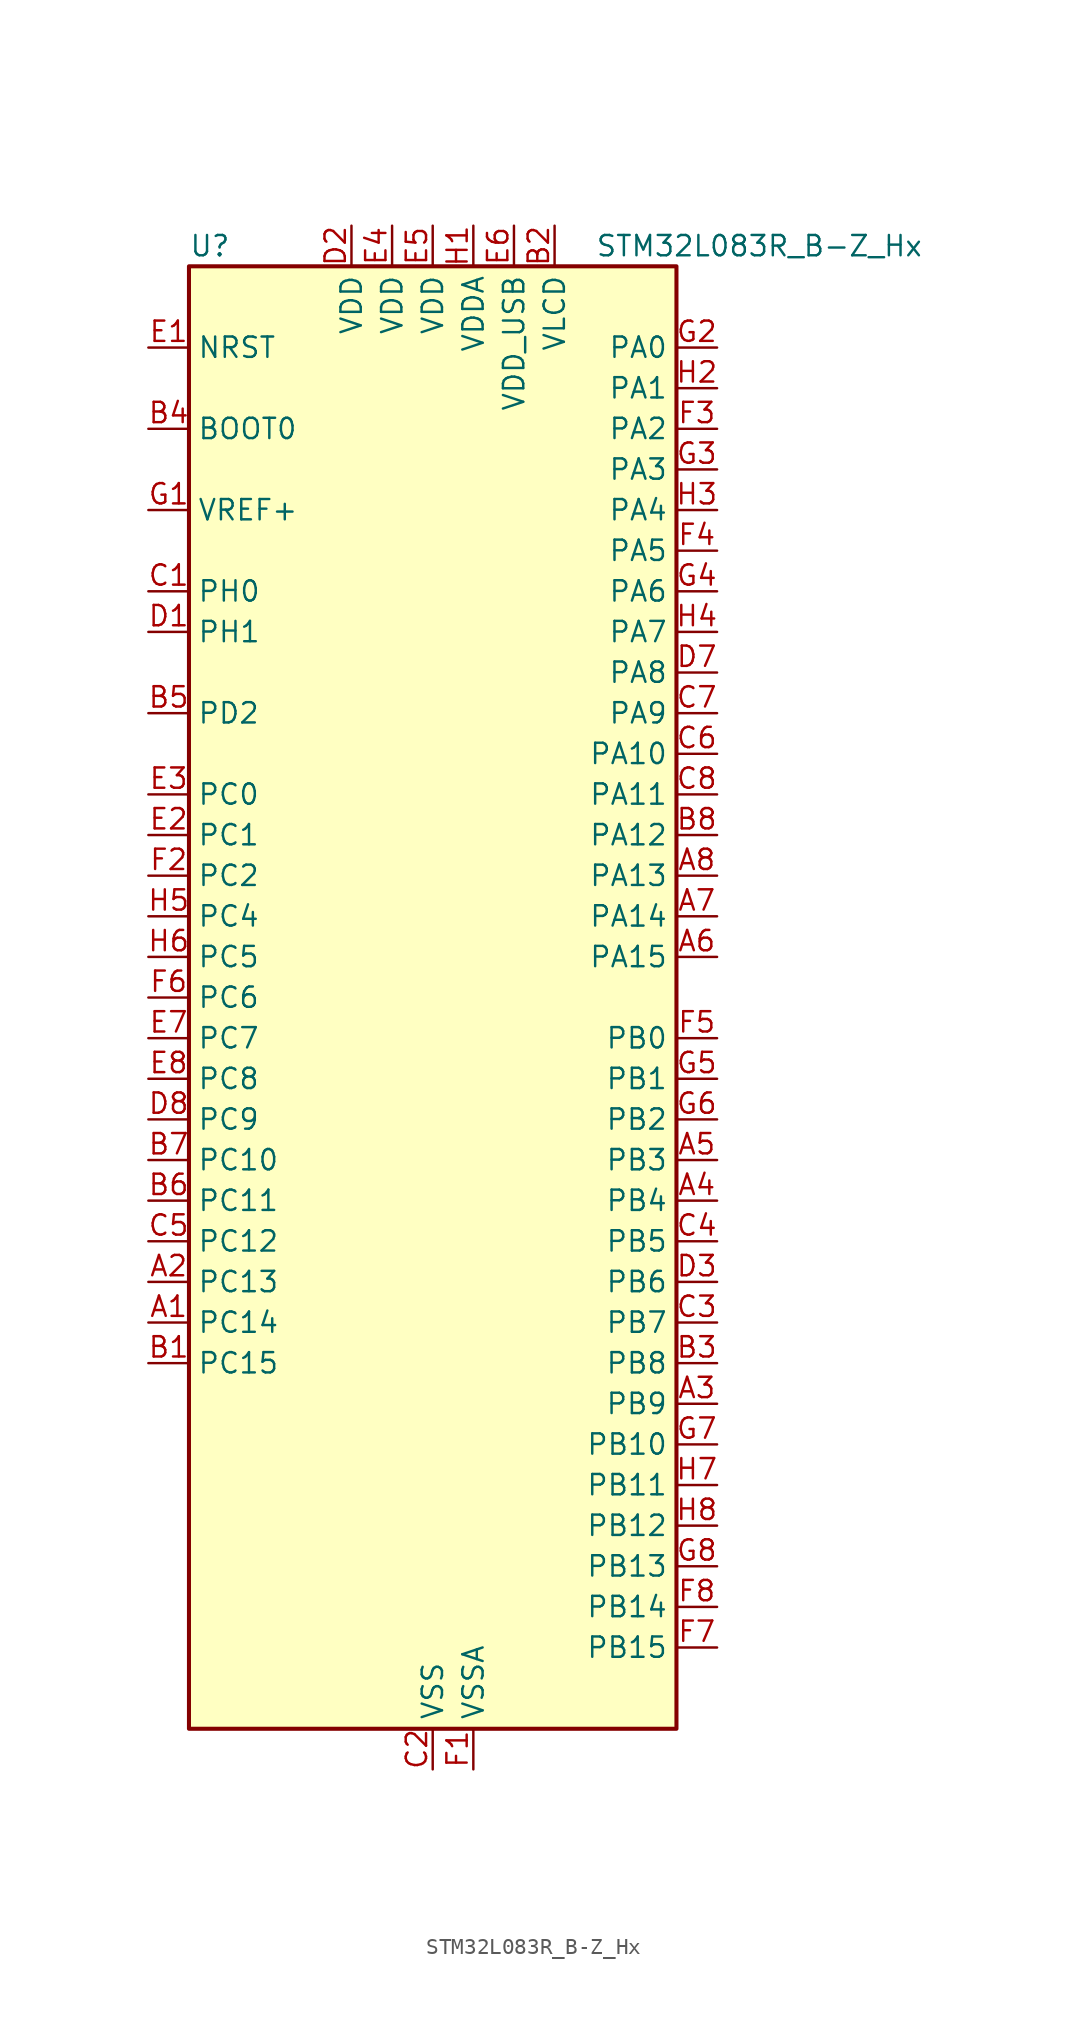
<source format=kicad_sym>
(kicad_symbol_lib
  (version 20241209)
  (generator "kicad_symbol_editor")
  (generator_version "9.0")
  (symbol "STM32L083R_B-Z_Hx"
    (property "Reference" "U"
      (at -15.24 46.99 0)
      (effects (font (size 1.27 1.27)) (justify left)))
    (property "Value" "STM32L083R_B-Z_Hx"
      (at 10.16 46.99 0)
      (effects (font (size 1.27 1.27)) (justify left)))
    (symbol "STM32L083R_B-Z_Hx_0_1"
      (rectangle (start -15.24 -45.72) (end 15.24 45.72) (stroke (width 0.254) (type default)) (fill (type background))))
    (symbol "STM32L083R_B-Z_Hx_1_1"
      (pin input line (at -17.78 40.64 0) (length 2.54) (name "NRST" (effects (font (size 1.27 1.27)))) (number "E1" (effects (font (size 1.27 1.27)))))
      (pin input line (at -17.78 35.56 0) (length 2.54) (name "BOOT0" (effects (font (size 1.27 1.27)))) (number "B4" (effects (font (size 1.27 1.27)))))
      (pin input line (at -17.78 30.48 0) (length 2.54) (name "VREF+" (effects (font (size 1.27 1.27)))) (number "G1" (effects (font (size 1.27 1.27)))))
      (pin bidirectional line (at -17.78 25.4 0) (length 2.54) (name "PH0" (effects (font (size 1.27 1.27)))) (number "C1" (effects (font (size 1.27 1.27)))) (alternate "CRS_SYNC" bidirectional line) (alternate "RCC_OSC_IN" bidirectional line))
      (pin bidirectional line (at -17.78 22.86 0) (length 2.54) (name "PH1" (effects (font (size 1.27 1.27)))) (number "D1" (effects (font (size 1.27 1.27)))) (alternate "RCC_OSC_OUT" bidirectional line))
      (pin bidirectional line (at -17.78 17.78 0) (length 2.54) (name "PD2" (effects (font (size 1.27 1.27)))) (number "B5" (effects (font (size 1.27 1.27)))) (alternate "LCD_COM7" bidirectional line) (alternate "LCD_SEG31" bidirectional line) (alternate "LPUART1_DE" bidirectional line) (alternate "LPUART1_RTS" bidirectional line) (alternate "TIM3_ETR" bidirectional line) (alternate "USART5_RX" bidirectional line))
      (pin bidirectional line (at -17.78 12.7 0) (length 2.54) (name "PC0" (effects (font (size 1.27 1.27)))) (number "E3" (effects (font (size 1.27 1.27)))) (alternate "ADC_IN10" bidirectional line) (alternate "I2C3_SCL" bidirectional line) (alternate "LCD_SEG18" bidirectional line) (alternate "LPTIM1_IN1" bidirectional line) (alternate "LPUART1_RX" bidirectional line) (alternate "TSC_G7_IO1" bidirectional line))
      (pin bidirectional line (at -17.78 10.16 0) (length 2.54) (name "PC1" (effects (font (size 1.27 1.27)))) (number "E2" (effects (font (size 1.27 1.27)))) (alternate "ADC_IN11" bidirectional line) (alternate "I2C3_SDA" bidirectional line) (alternate "LCD_SEG19" bidirectional line) (alternate "LPTIM1_OUT" bidirectional line) (alternate "LPUART1_TX" bidirectional line) (alternate "TSC_G7_IO2" bidirectional line))
      (pin bidirectional line (at -17.78 7.62 0) (length 2.54) (name "PC2" (effects (font (size 1.27 1.27)))) (number "F2" (effects (font (size 1.27 1.27)))) (alternate "ADC_IN12" bidirectional line) (alternate "I2S2_MCK" bidirectional line) (alternate "LCD_SEG20" bidirectional line) (alternate "LPTIM1_IN2" bidirectional line) (alternate "SPI2_MISO" bidirectional line) (alternate "TSC_G7_IO3" bidirectional line))
      (pin bidirectional line (at -17.78 5.08 0) (length 2.54) (name "PC4" (effects (font (size 1.27 1.27)))) (number "H5" (effects (font (size 1.27 1.27)))) (alternate "ADC_IN14" bidirectional line) (alternate "LCD_SEG22" bidirectional line) (alternate "LPUART1_TX" bidirectional line))
      (pin bidirectional line (at -17.78 2.54 0) (length 2.54) (name "PC5" (effects (font (size 1.27 1.27)))) (number "H6" (effects (font (size 1.27 1.27)))) (alternate "ADC_IN15" bidirectional line) (alternate "LCD_SEG23" bidirectional line) (alternate "LPUART1_RX" bidirectional line) (alternate "TSC_G3_IO1" bidirectional line))
      (pin bidirectional line (at -17.78 0 0) (length 2.54) (name "PC6" (effects (font (size 1.27 1.27)))) (number "F6" (effects (font (size 1.27 1.27)))) (alternate "LCD_SEG24" bidirectional line) (alternate "TIM22_CH1" bidirectional line) (alternate "TIM3_CH1" bidirectional line) (alternate "TSC_G8_IO1" bidirectional line))
      (pin bidirectional line (at -17.78 -2.54 0) (length 2.54) (name "PC7" (effects (font (size 1.27 1.27)))) (number "E7" (effects (font (size 1.27 1.27)))) (alternate "LCD_SEG25" bidirectional line) (alternate "TIM22_CH2" bidirectional line) (alternate "TIM3_CH2" bidirectional line) (alternate "TSC_G8_IO2" bidirectional line))
      (pin bidirectional line (at -17.78 -5.08 0) (length 2.54) (name "PC8" (effects (font (size 1.27 1.27)))) (number "E8" (effects (font (size 1.27 1.27)))) (alternate "LCD_SEG26" bidirectional line) (alternate "TIM22_ETR" bidirectional line) (alternate "TIM3_CH3" bidirectional line) (alternate "TSC_G8_IO3" bidirectional line))
      (pin bidirectional line (at -17.78 -7.62 0) (length 2.54) (name "PC9" (effects (font (size 1.27 1.27)))) (number "D8" (effects (font (size 1.27 1.27)))) (alternate "DAC_EXTI9" bidirectional line) (alternate "I2C3_SDA" bidirectional line) (alternate "LCD_SEG27" bidirectional line) (alternate "TIM21_ETR" bidirectional line) (alternate "TIM3_CH4" bidirectional line) (alternate "TSC_G8_IO4" bidirectional line) (alternate "USB_NOE" bidirectional line))
      (pin bidirectional line (at -17.78 -10.16 0) (length 2.54) (name "PC10" (effects (font (size 1.27 1.27)))) (number "B7" (effects (font (size 1.27 1.27)))) (alternate "LCD_COM4" bidirectional line) (alternate "LCD_SEG28" bidirectional line) (alternate "LPUART1_TX" bidirectional line) (alternate "USART4_TX" bidirectional line))
      (pin bidirectional line (at -17.78 -12.7 0) (length 2.54) (name "PC11" (effects (font (size 1.27 1.27)))) (number "B6" (effects (font (size 1.27 1.27)))) (alternate "ADC_EXTI11" bidirectional line) (alternate "LCD_COM5" bidirectional line) (alternate "LCD_SEG29" bidirectional line) (alternate "LPUART1_RX" bidirectional line) (alternate "USART4_RX" bidirectional line))
      (pin bidirectional line (at -17.78 -15.24 0) (length 2.54) (name "PC12" (effects (font (size 1.27 1.27)))) (number "C5" (effects (font (size 1.27 1.27)))) (alternate "LCD_COM6" bidirectional line) (alternate "LCD_SEG30" bidirectional line) (alternate "USART4_CK" bidirectional line) (alternate "USART5_TX" bidirectional line))
      (pin bidirectional line (at -17.78 -17.78 0) (length 2.54) (name "PC13" (effects (font (size 1.27 1.27)))) (number "A2" (effects (font (size 1.27 1.27)))) (alternate "RTC_OUT_ALARM" bidirectional line) (alternate "RTC_OUT_CALIB" bidirectional line) (alternate "RTC_TAMP1" bidirectional line) (alternate "RTC_TS" bidirectional line) (alternate "SYS_WKUP2" bidirectional line))
      (pin bidirectional line (at -17.78 -20.32 0) (length 2.54) (name "PC14" (effects (font (size 1.27 1.27)))) (number "A1" (effects (font (size 1.27 1.27)))) (alternate "RCC_OSC32_IN" bidirectional line))
      (pin bidirectional line (at -17.78 -22.86 0) (length 2.54) (name "PC15" (effects (font (size 1.27 1.27)))) (number "B1" (effects (font (size 1.27 1.27)))) (alternate "RCC_OSC32_OUT" bidirectional line))
      (pin power_in line (at -5.08 48.26 270) (length 2.54) (name "VDD" (effects (font (size 1.27 1.27)))) (number "D2" (effects (font (size 1.27 1.27)))))
      (pin power_in line (at -2.54 48.26 270) (length 2.54) (name "VDD" (effects (font (size 1.27 1.27)))) (number "E4" (effects (font (size 1.27 1.27)))))
      (pin power_in line (at 0 48.26 270) (length 2.54) (name "VDD" (effects (font (size 1.27 1.27)))) (number "E5" (effects (font (size 1.27 1.27)))))
      (pin power_in line (at 0 -48.26 90) (length 2.54) (name "VSS" (effects (font (size 1.27 1.27)))) (number "C2" (effects (font (size 1.27 1.27)))))
      (pin passive line (at 0 -48.26 90) (length 2.54) (hide yes) (name "VSS" (effects (font (size 1.27 1.27)))) (number "D4" (effects (font (size 1.27 1.27)))))
      (pin passive line (at 0 -48.26 90) (length 2.54) (hide yes) (name "VSS" (effects (font (size 1.27 1.27)))) (number "D5" (effects (font (size 1.27 1.27)))))
      (pin passive line (at 0 -48.26 90) (length 2.54) (hide yes) (name "VSS" (effects (font (size 1.27 1.27)))) (number "D6" (effects (font (size 1.27 1.27)))))
      (pin power_in line (at 2.54 48.26 270) (length 2.54) (name "VDDA" (effects (font (size 1.27 1.27)))) (number "H1" (effects (font (size 1.27 1.27)))))
      (pin power_in line (at 2.54 -48.26 90) (length 2.54) (name "VSSA" (effects (font (size 1.27 1.27)))) (number "F1" (effects (font (size 1.27 1.27)))))
      (pin power_in line (at 5.08 48.26 270) (length 2.54) (name "VDD_USB" (effects (font (size 1.27 1.27)))) (number "E6" (effects (font (size 1.27 1.27)))))
      (pin power_in line (at 7.62 48.26 270) (length 2.54) (name "VLCD" (effects (font (size 1.27 1.27)))) (number "B2" (effects (font (size 1.27 1.27)))))
      (pin bidirectional line (at 17.78 40.64 180) (length 2.54) (name "PA0" (effects (font (size 1.27 1.27)))) (number "G2" (effects (font (size 1.27 1.27)))) (alternate "ADC_IN0" bidirectional line) (alternate "COMP1_INM" bidirectional line) (alternate "COMP1_OUT" bidirectional line) (alternate "RTC_TAMP2" bidirectional line) (alternate "SYS_WKUP1" bidirectional line) (alternate "TIM2_CH1" bidirectional line) (alternate "TIM2_ETR" bidirectional line) (alternate "TSC_G1_IO1" bidirectional line) (alternate "USART2_CTS" bidirectional line) (alternate "USART4_TX" bidirectional line))
      (pin bidirectional line (at 17.78 38.1 180) (length 2.54) (name "PA1" (effects (font (size 1.27 1.27)))) (number "H2" (effects (font (size 1.27 1.27)))) (alternate "ADC_IN1" bidirectional line) (alternate "COMP1_INP" bidirectional line) (alternate "LCD_SEG0" bidirectional line) (alternate "TIM21_ETR" bidirectional line) (alternate "TIM2_CH2" bidirectional line) (alternate "TSC_G1_IO2" bidirectional line) (alternate "USART2_DE" bidirectional line) (alternate "USART2_RTS" bidirectional line) (alternate "USART4_RX" bidirectional line))
      (pin bidirectional line (at 17.78 35.56 180) (length 2.54) (name "PA2" (effects (font (size 1.27 1.27)))) (number "F3" (effects (font (size 1.27 1.27)))) (alternate "ADC_IN2" bidirectional line) (alternate "COMP2_INM" bidirectional line) (alternate "COMP2_OUT" bidirectional line) (alternate "LCD_SEG1" bidirectional line) (alternate "LPUART1_TX" bidirectional line) (alternate "TIM21_CH1" bidirectional line) (alternate "TIM2_CH3" bidirectional line) (alternate "TSC_G1_IO3" bidirectional line) (alternate "USART2_TX" bidirectional line))
      (pin bidirectional line (at 17.78 33.02 180) (length 2.54) (name "PA3" (effects (font (size 1.27 1.27)))) (number "G3" (effects (font (size 1.27 1.27)))) (alternate "ADC_IN3" bidirectional line) (alternate "COMP2_INP" bidirectional line) (alternate "LCD_SEG2" bidirectional line) (alternate "LPUART1_RX" bidirectional line) (alternate "TIM21_CH2" bidirectional line) (alternate "TIM2_CH4" bidirectional line) (alternate "TSC_G1_IO4" bidirectional line) (alternate "USART2_RX" bidirectional line))
      (pin bidirectional line (at 17.78 30.48 180) (length 2.54) (name "PA4" (effects (font (size 1.27 1.27)))) (number "H3" (effects (font (size 1.27 1.27)))) (alternate "ADC_IN4" bidirectional line) (alternate "COMP1_INM" bidirectional line) (alternate "COMP2_INM" bidirectional line) (alternate "DAC_OUT1" bidirectional line) (alternate "SPI1_NSS" bidirectional line) (alternate "TIM22_ETR" bidirectional line) (alternate "TSC_G2_IO1" bidirectional line) (alternate "USART2_CK" bidirectional line))
      (pin bidirectional line (at 17.78 27.94 180) (length 2.54) (name "PA5" (effects (font (size 1.27 1.27)))) (number "F4" (effects (font (size 1.27 1.27)))) (alternate "ADC_IN5" bidirectional line) (alternate "COMP1_INM" bidirectional line) (alternate "COMP2_INM" bidirectional line) (alternate "DAC_OUT2" bidirectional line) (alternate "SPI1_SCK" bidirectional line) (alternate "TIM2_CH1" bidirectional line) (alternate "TIM2_ETR" bidirectional line) (alternate "TSC_G2_IO2" bidirectional line))
      (pin bidirectional line (at 17.78 25.4 180) (length 2.54) (name "PA6" (effects (font (size 1.27 1.27)))) (number "G4" (effects (font (size 1.27 1.27)))) (alternate "ADC_IN6" bidirectional line) (alternate "COMP1_OUT" bidirectional line) (alternate "LCD_SEG3" bidirectional line) (alternate "LPUART1_CTS" bidirectional line) (alternate "SPI1_MISO" bidirectional line) (alternate "TIM22_CH1" bidirectional line) (alternate "TIM3_CH1" bidirectional line) (alternate "TSC_G2_IO3" bidirectional line))
      (pin bidirectional line (at 17.78 22.86 180) (length 2.54) (name "PA7" (effects (font (size 1.27 1.27)))) (number "H4" (effects (font (size 1.27 1.27)))) (alternate "ADC_IN7" bidirectional line) (alternate "COMP2_OUT" bidirectional line) (alternate "LCD_SEG4" bidirectional line) (alternate "SPI1_MOSI" bidirectional line) (alternate "TIM22_CH2" bidirectional line) (alternate "TIM3_CH2" bidirectional line) (alternate "TSC_G2_IO4" bidirectional line))
      (pin bidirectional line (at 17.78 20.32 180) (length 2.54) (name "PA8" (effects (font (size 1.27 1.27)))) (number "D7" (effects (font (size 1.27 1.27)))) (alternate "CRS_SYNC" bidirectional line) (alternate "I2C3_SCL" bidirectional line) (alternate "LCD_COM0" bidirectional line) (alternate "RCC_MCO" bidirectional line) (alternate "USART1_CK" bidirectional line))
      (pin bidirectional line (at 17.78 17.78 180) (length 2.54) (name "PA9" (effects (font (size 1.27 1.27)))) (number "C7" (effects (font (size 1.27 1.27)))) (alternate "DAC_EXTI9" bidirectional line) (alternate "I2C1_SCL" bidirectional line) (alternate "I2C3_SMBA" bidirectional line) (alternate "LCD_COM1" bidirectional line) (alternate "RCC_MCO" bidirectional line) (alternate "TSC_G4_IO1" bidirectional line) (alternate "USART1_TX" bidirectional line))
      (pin bidirectional line (at 17.78 15.24 180) (length 2.54) (name "PA10" (effects (font (size 1.27 1.27)))) (number "C6" (effects (font (size 1.27 1.27)))) (alternate "I2C1_SDA" bidirectional line) (alternate "LCD_COM2" bidirectional line) (alternate "TSC_G4_IO2" bidirectional line) (alternate "USART1_RX" bidirectional line))
      (pin bidirectional line (at 17.78 12.7 180) (length 2.54) (name "PA11" (effects (font (size 1.27 1.27)))) (number "C8" (effects (font (size 1.27 1.27)))) (alternate "ADC_EXTI11" bidirectional line) (alternate "COMP1_OUT" bidirectional line) (alternate "SPI1_MISO" bidirectional line) (alternate "TSC_G4_IO3" bidirectional line) (alternate "USART1_CTS" bidirectional line) (alternate "USB_DM" bidirectional line))
      (pin bidirectional line (at 17.78 10.16 180) (length 2.54) (name "PA12" (effects (font (size 1.27 1.27)))) (number "B8" (effects (font (size 1.27 1.27)))) (alternate "COMP2_OUT" bidirectional line) (alternate "SPI1_MOSI" bidirectional line) (alternate "TSC_G4_IO4" bidirectional line) (alternate "USART1_DE" bidirectional line) (alternate "USART1_RTS" bidirectional line) (alternate "USB_DP" bidirectional line))
      (pin bidirectional line (at 17.78 7.62 180) (length 2.54) (name "PA13" (effects (font (size 1.27 1.27)))) (number "A8" (effects (font (size 1.27 1.27)))) (alternate "LPUART1_RX" bidirectional line) (alternate "SYS_SWDIO" bidirectional line) (alternate "USB_NOE" bidirectional line))
      (pin bidirectional line (at 17.78 5.08 180) (length 2.54) (name "PA14" (effects (font (size 1.27 1.27)))) (number "A7" (effects (font (size 1.27 1.27)))) (alternate "LPUART1_TX" bidirectional line) (alternate "SYS_SWCLK" bidirectional line) (alternate "USART2_TX" bidirectional line))
      (pin bidirectional line (at 17.78 2.54 180) (length 2.54) (name "PA15" (effects (font (size 1.27 1.27)))) (number "A6" (effects (font (size 1.27 1.27)))) (alternate "LCD_SEG17" bidirectional line) (alternate "SPI1_NSS" bidirectional line) (alternate "TIM2_CH1" bidirectional line) (alternate "TIM2_ETR" bidirectional line) (alternate "USART2_RX" bidirectional line) (alternate "USART4_DE" bidirectional line) (alternate "USART4_RTS" bidirectional line))
      (pin bidirectional line (at 17.78 -2.54 180) (length 2.54) (name "PB0" (effects (font (size 1.27 1.27)))) (number "F5" (effects (font (size 1.27 1.27)))) (alternate "ADC_IN8" bidirectional line) (alternate "LCD_SEG5" bidirectional line) (alternate "LCD_VLCD3" bidirectional line) (alternate "SYS_VREF_OUT_PB0" bidirectional line) (alternate "TIM3_CH3" bidirectional line) (alternate "TSC_G3_IO2" bidirectional line))
      (pin bidirectional line (at 17.78 -5.08 180) (length 2.54) (name "PB1" (effects (font (size 1.27 1.27)))) (number "G5" (effects (font (size 1.27 1.27)))) (alternate "ADC_IN9" bidirectional line) (alternate "LCD_SEG6" bidirectional line) (alternate "LPUART1_DE" bidirectional line) (alternate "LPUART1_RTS" bidirectional line) (alternate "SYS_VREF_OUT_PB1" bidirectional line) (alternate "TIM3_CH4" bidirectional line) (alternate "TSC_G3_IO3" bidirectional line))
      (pin bidirectional line (at 17.78 -7.62 180) (length 2.54) (name "PB2" (effects (font (size 1.27 1.27)))) (number "G6" (effects (font (size 1.27 1.27)))) (alternate "I2C3_SMBA" bidirectional line) (alternate "LCD_VLCD2" bidirectional line) (alternate "LPTIM1_OUT" bidirectional line) (alternate "TSC_G3_IO4" bidirectional line))
      (pin bidirectional line (at 17.78 -10.16 180) (length 2.54) (name "PB3" (effects (font (size 1.27 1.27)))) (number "A5" (effects (font (size 1.27 1.27)))) (alternate "COMP2_INM" bidirectional line) (alternate "LCD_SEG7" bidirectional line) (alternate "SPI1_SCK" bidirectional line) (alternate "TIM2_CH2" bidirectional line) (alternate "TSC_G5_IO1" bidirectional line) (alternate "USART1_DE" bidirectional line) (alternate "USART1_RTS" bidirectional line) (alternate "USART5_TX" bidirectional line))
      (pin bidirectional line (at 17.78 -12.7 180) (length 2.54) (name "PB4" (effects (font (size 1.27 1.27)))) (number "A4" (effects (font (size 1.27 1.27)))) (alternate "COMP2_INP" bidirectional line) (alternate "I2C3_SDA" bidirectional line) (alternate "LCD_SEG8" bidirectional line) (alternate "SPI1_MISO" bidirectional line) (alternate "TIM22_CH1" bidirectional line) (alternate "TIM3_CH1" bidirectional line) (alternate "TSC_G5_IO2" bidirectional line) (alternate "USART1_CTS" bidirectional line) (alternate "USART5_RX" bidirectional line))
      (pin bidirectional line (at 17.78 -15.24 180) (length 2.54) (name "PB5" (effects (font (size 1.27 1.27)))) (number "C4" (effects (font (size 1.27 1.27)))) (alternate "COMP2_INP" bidirectional line) (alternate "I2C1_SMBA" bidirectional line) (alternate "LCD_SEG9" bidirectional line) (alternate "LPTIM1_IN1" bidirectional line) (alternate "SPI1_MOSI" bidirectional line) (alternate "TIM22_CH2" bidirectional line) (alternate "TIM3_CH2" bidirectional line) (alternate "USART1_CK" bidirectional line) (alternate "USART5_CK" bidirectional line) (alternate "USART5_DE" bidirectional line) (alternate "USART5_RTS" bidirectional line))
      (pin bidirectional line (at 17.78 -17.78 180) (length 2.54) (name "PB6" (effects (font (size 1.27 1.27)))) (number "D3" (effects (font (size 1.27 1.27)))) (alternate "COMP2_INP" bidirectional line) (alternate "I2C1_SCL" bidirectional line) (alternate "LPTIM1_ETR" bidirectional line) (alternate "TSC_G5_IO3" bidirectional line) (alternate "USART1_TX" bidirectional line))
      (pin bidirectional line (at 17.78 -20.32 180) (length 2.54) (name "PB7" (effects (font (size 1.27 1.27)))) (number "C3" (effects (font (size 1.27 1.27)))) (alternate "COMP2_INP" bidirectional line) (alternate "I2C1_SDA" bidirectional line) (alternate "LPTIM1_IN2" bidirectional line) (alternate "SYS_PVD_IN" bidirectional line) (alternate "TSC_G5_IO4" bidirectional line) (alternate "USART1_RX" bidirectional line) (alternate "USART4_CTS" bidirectional line))
      (pin bidirectional line (at 17.78 -22.86 180) (length 2.54) (name "PB8" (effects (font (size 1.27 1.27)))) (number "B3" (effects (font (size 1.27 1.27)))) (alternate "I2C1_SCL" bidirectional line) (alternate "LCD_SEG16" bidirectional line) (alternate "TSC_SYNC" bidirectional line))
      (pin bidirectional line (at 17.78 -25.4 180) (length 2.54) (name "PB9" (effects (font (size 1.27 1.27)))) (number "A3" (effects (font (size 1.27 1.27)))) (alternate "DAC_EXTI9" bidirectional line) (alternate "I2C1_SDA" bidirectional line) (alternate "I2S2_WS" bidirectional line) (alternate "LCD_COM3" bidirectional line) (alternate "SPI2_NSS" bidirectional line))
      (pin bidirectional line (at 17.78 -27.94 180) (length 2.54) (name "PB10" (effects (font (size 1.27 1.27)))) (number "G7" (effects (font (size 1.27 1.27)))) (alternate "I2C2_SCL" bidirectional line) (alternate "LCD_SEG10" bidirectional line) (alternate "LPUART1_RX" bidirectional line) (alternate "LPUART1_TX" bidirectional line) (alternate "SPI2_SCK" bidirectional line) (alternate "TIM2_CH3" bidirectional line) (alternate "TSC_SYNC" bidirectional line))
      (pin bidirectional line (at 17.78 -30.48 180) (length 2.54) (name "PB11" (effects (font (size 1.27 1.27)))) (number "H7" (effects (font (size 1.27 1.27)))) (alternate "ADC_EXTI11" bidirectional line) (alternate "I2C2_SDA" bidirectional line) (alternate "LCD_SEG11" bidirectional line) (alternate "LPUART1_RX" bidirectional line) (alternate "LPUART1_TX" bidirectional line) (alternate "TIM2_CH4" bidirectional line) (alternate "TSC_G6_IO1" bidirectional line))
      (pin bidirectional line (at 17.78 -33.02 180) (length 2.54) (name "PB12" (effects (font (size 1.27 1.27)))) (number "H8" (effects (font (size 1.27 1.27)))) (alternate "I2S2_WS" bidirectional line) (alternate "LCD_SEG12" bidirectional line) (alternate "LCD_VLCD2" bidirectional line) (alternate "LPUART1_DE" bidirectional line) (alternate "LPUART1_RTS" bidirectional line) (alternate "SPI2_NSS" bidirectional line) (alternate "TSC_G6_IO2" bidirectional line))
      (pin bidirectional line (at 17.78 -35.56 180) (length 2.54) (name "PB13" (effects (font (size 1.27 1.27)))) (number "G8" (effects (font (size 1.27 1.27)))) (alternate "I2C2_SCL" bidirectional line) (alternate "I2S2_CK" bidirectional line) (alternate "LCD_SEG13" bidirectional line) (alternate "LPUART1_CTS" bidirectional line) (alternate "RCC_MCO" bidirectional line) (alternate "SPI2_SCK" bidirectional line) (alternate "TIM21_CH1" bidirectional line) (alternate "TSC_G6_IO3" bidirectional line))
      (pin bidirectional line (at 17.78 -38.1 180) (length 2.54) (name "PB14" (effects (font (size 1.27 1.27)))) (number "F8" (effects (font (size 1.27 1.27)))) (alternate "I2C2_SDA" bidirectional line) (alternate "I2S2_MCK" bidirectional line) (alternate "LCD_SEG14" bidirectional line) (alternate "LPUART1_DE" bidirectional line) (alternate "LPUART1_RTS" bidirectional line) (alternate "RTC_OUT_ALARM" bidirectional line) (alternate "RTC_OUT_CALIB" bidirectional line) (alternate "SPI2_MISO" bidirectional line) (alternate "TIM21_CH2" bidirectional line) (alternate "TSC_G6_IO4" bidirectional line))
      (pin bidirectional line (at 17.78 -40.64 180) (length 2.54) (name "PB15" (effects (font (size 1.27 1.27)))) (number "F7" (effects (font (size 1.27 1.27)))) (alternate "I2S2_SD" bidirectional line) (alternate "LCD_SEG15" bidirectional line) (alternate "RTC_REFIN" bidirectional line) (alternate "SPI2_MOSI" bidirectional line)))))
</source>
